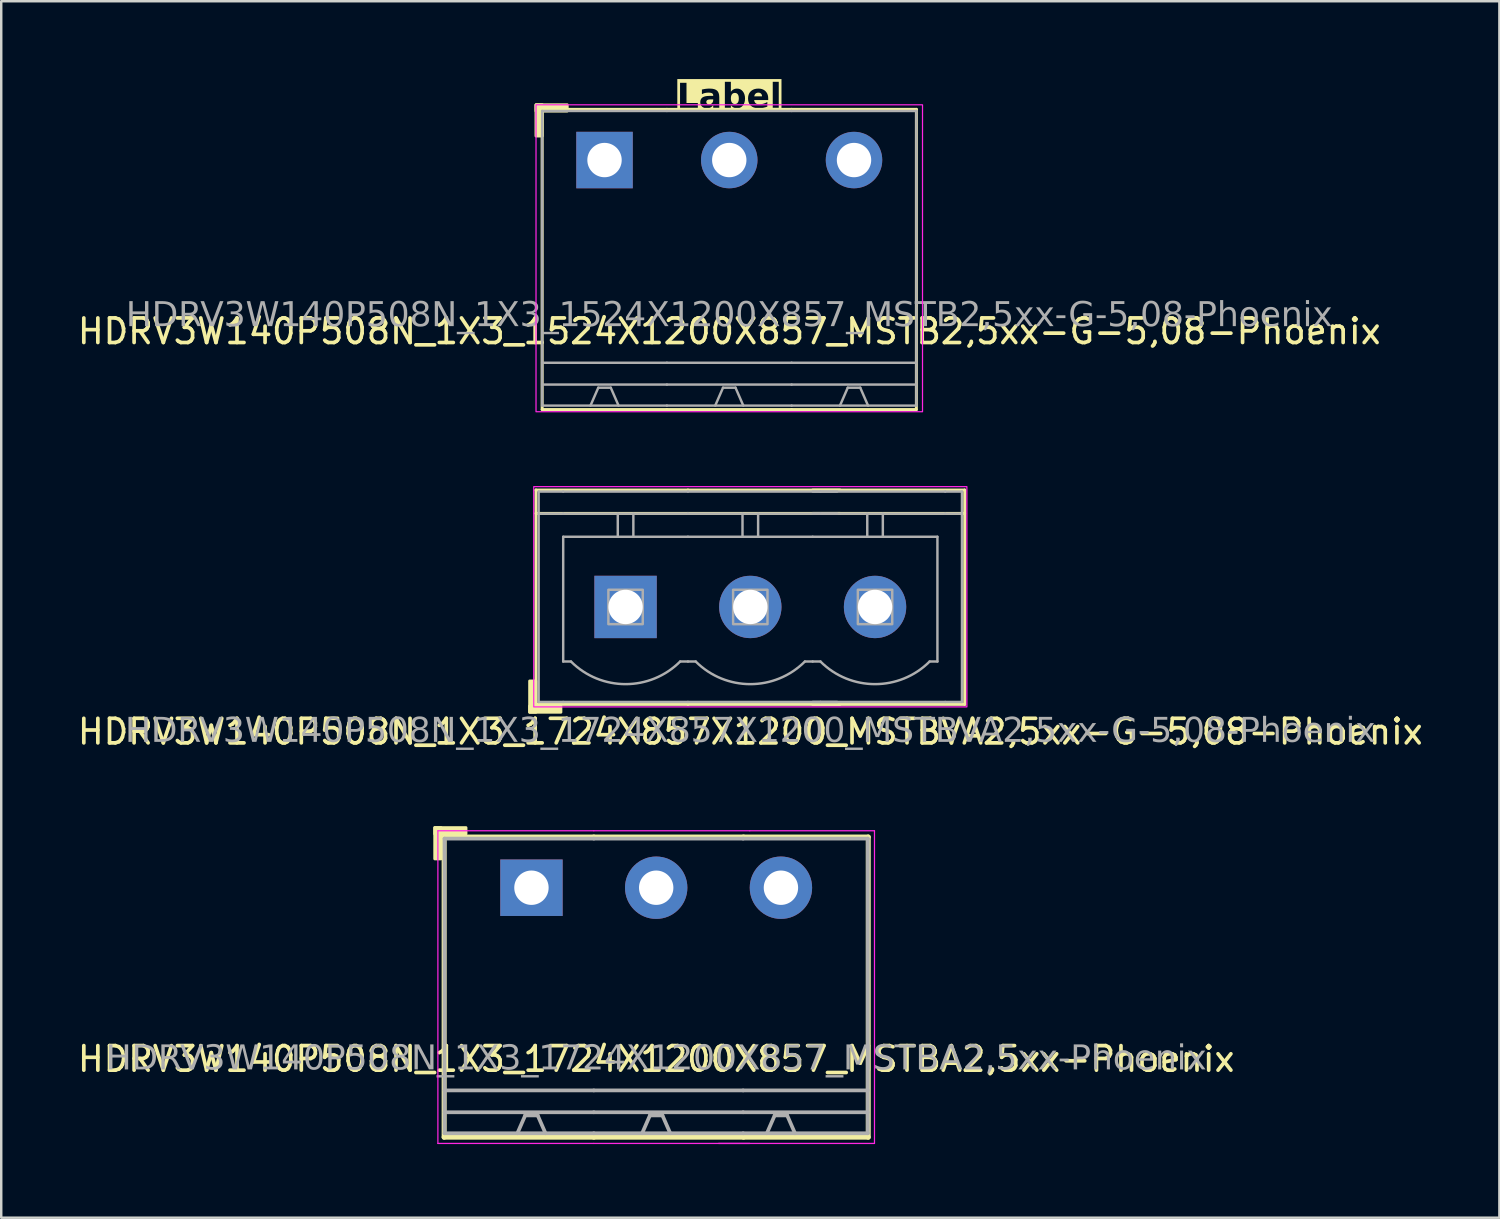
<source format=kicad_pcb>
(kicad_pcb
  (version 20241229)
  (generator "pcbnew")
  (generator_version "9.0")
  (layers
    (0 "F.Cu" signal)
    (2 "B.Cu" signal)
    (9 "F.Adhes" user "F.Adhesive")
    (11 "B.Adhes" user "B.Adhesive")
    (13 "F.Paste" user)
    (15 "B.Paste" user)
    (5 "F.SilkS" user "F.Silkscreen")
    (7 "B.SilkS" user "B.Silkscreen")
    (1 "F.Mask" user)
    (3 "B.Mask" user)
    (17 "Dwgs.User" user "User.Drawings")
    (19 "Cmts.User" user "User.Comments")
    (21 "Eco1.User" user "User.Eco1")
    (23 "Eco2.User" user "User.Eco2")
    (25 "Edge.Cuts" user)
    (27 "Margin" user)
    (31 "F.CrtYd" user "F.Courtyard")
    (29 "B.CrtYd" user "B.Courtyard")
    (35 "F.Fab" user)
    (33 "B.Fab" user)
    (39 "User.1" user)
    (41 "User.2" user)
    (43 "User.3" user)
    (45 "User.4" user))
  (footprint "HDRV3W140P508N_1X3_1724X857X1200_MSTBVA2,5xx-G-5,08-Phoenix"
    (layer "F.Cu")
    (at 27.506 21.668)
    (property "Reference" "HDRV3W140P508N_1X3_1724X857X1200_MSTBVA2,5xx-G-5,08-Phoenix" (at 0 5.08 0) (layer "F.SilkS") (effects (font (size 1 1) (thickness 0.15))))
    (attr through_hole)
    (fp_line (start -8.731 -4.763) (end -8.731 3.969) (stroke (width 0.12) (type solid)) (layer "F.SilkS"))
    (fp_line (start -8.731 -4.763) (end -2.54 -4.763) (stroke (width 0.12) (type solid)) (layer "F.SilkS"))
    (fp_line (start -8.731 -3.81) (end -2.54 -3.81) (stroke (width 0.12) (type solid)) (layer "F.SilkS"))
    (fp_line (start -8.731 3.969) (end -2.54 3.969) (stroke (width 0.12) (type solid)) (layer "F.SilkS"))
    (fp_line (start 3.651 -4.763) (end -2.54 -4.763) (stroke (width 0.12) (type solid)) (layer "F.SilkS"))
    (fp_line (start 3.651 -3.81) (end -2.54 -3.81) (stroke (width 0.12) (type solid)) (layer "F.SilkS"))
    (fp_line (start 3.651 3.969) (end -2.54 3.969) (stroke (width 0.12) (type solid)) (layer "F.SilkS"))
    (fp_line (start 8.731 -4.763) (end 2.54 -4.763) (stroke (width 0.12) (type solid)) (layer "F.SilkS"))
    (fp_line (start 8.731 -4.763) (end 8.731 3.969) (stroke (width 0.12) (type solid)) (layer "F.SilkS"))
    (fp_line (start 8.731 -3.81) (end 2.54 -3.81) (stroke (width 0.12) (type solid)) (layer "F.SilkS"))
    (fp_line (start 8.731 3.969) (end 2.54 3.969) (stroke (width 0.12) (type solid)) (layer "F.SilkS"))
    (fp_rect (start -8.731 3.016) (end -8.985 4.286) (stroke (width 0.12) (type solid)) (fill yes) (layer "F.SilkS"))
    (fp_rect (start -7.715 4.286) (end -8.985 4.032) (stroke (width 0.12) (type solid)) (fill yes) (layer "F.SilkS"))
    (fp_rect (start -8.82 -4.9) (end 8.82 4.07) (stroke (width 0.05) (type default)) (fill no) (layer "F.CrtYd"))
    (fp_line (start -8.62 -4.7) (end -8.62 3.87) (stroke (width 0.1) (type solid)) (layer "F.Fab"))
    (fp_line (start -8.62 -3.8) (end -7.62 -3.8) (stroke (width 0.1) (type solid)) (layer "F.Fab"))
    (fp_line (start -7.62 -4.7) (end -8.62 -4.7) (stroke (width 0.1) (type solid)) (layer "F.Fab"))
    (fp_line (start -7.62 -4.7) (end -2.54 -4.7) (stroke (width 0.1) (type solid)) (layer "F.Fab"))
    (fp_line (start -7.62 -2.858) (end -2.54 -2.858) (stroke (width 0.1) (type default)) (layer "F.Fab"))
    (fp_line (start -7.62 2.222) (end -7.62 -2.858) (stroke (width 0.1) (type default)) (layer "F.Fab"))
    (fp_line (start -7.62 3.87) (end -8.62 3.87) (stroke (width 0.1) (type solid)) (layer "F.Fab"))
    (fp_line (start -7.62 3.87) (end -2.54 3.87) (stroke (width 0.1) (type solid)) (layer "F.Fab"))
    (fp_line (start -7.303 2.222) (end -7.62 2.222) (stroke (width 0.1) (type default)) (layer "F.Fab"))
    (fp_line (start -5.397 -3.8) (end -5.397 -2.858) (stroke (width 0.1) (type default)) (layer "F.Fab"))
    (fp_line (start -4.763 -3.8) (end -4.763 -2.858) (stroke (width 0.1) (type default)) (layer "F.Fab"))
    (fp_line (start -2.54 -4.7) (end 2.857 -4.7) (stroke (width 0.1) (type solid)) (layer "F.Fab"))
    (fp_line (start -2.54 -3.8) (end -7.62 -3.8) (stroke (width 0.1) (type solid)) (layer "F.Fab"))
    (fp_line (start -2.54 -2.858) (end 2.54 -2.858) (stroke (width 0.1) (type default)) (layer "F.Fab"))
    (fp_line (start -2.54 2.222) (end -2.857 2.222) (stroke (width 0.1) (type default)) (layer "F.Fab"))
    (fp_line (start -2.54 3.87) (end 2.857 3.87) (stroke (width 0.1) (type solid)) (layer "F.Fab"))
    (fp_line (start -2.223 2.222) (end -2.54 2.222) (stroke (width 0.1) (type default)) (layer "F.Fab"))
    (fp_line (start -0.318 -3.8) (end -0.318 -2.858) (stroke (width 0.1) (type default)) (layer "F.Fab"))
    (fp_line (start 0.318 -3.8) (end 0.318 -2.858) (stroke (width 0.1) (type default)) (layer "F.Fab"))
    (fp_line (start 2.54 -4.7) (end 7.938 -4.7) (stroke (width 0.1) (type solid)) (layer "F.Fab"))
    (fp_line (start 2.54 -2.858) (end 7.62 -2.858) (stroke (width 0.1) (type default)) (layer "F.Fab"))
    (fp_line (start 2.54 2.222) (end 2.223 2.222) (stroke (width 0.1) (type default)) (layer "F.Fab"))
    (fp_line (start 2.54 3.87) (end 7.938 3.87) (stroke (width 0.1) (type solid)) (layer "F.Fab"))
    (fp_line (start 2.857 -4.7) (end 3.54 -4.7) (stroke (width 0.1) (type solid)) (layer "F.Fab"))
    (fp_line (start 2.857 -3.8) (end -2.54 -3.8) (stroke (width 0.1) (type solid)) (layer "F.Fab"))
    (fp_line (start 2.857 2.222) (end 2.54 2.222) (stroke (width 0.1) (type default)) (layer "F.Fab"))
    (fp_line (start 2.857 3.87) (end 3.54 3.87) (stroke (width 0.1) (type solid)) (layer "F.Fab"))
    (fp_line (start 3.54 -3.8) (end 2.857 -3.8) (stroke (width 0.1) (type solid)) (layer "F.Fab"))
    (fp_line (start 4.763 -3.8) (end 4.763 -2.858) (stroke (width 0.1) (type default)) (layer "F.Fab"))
    (fp_line (start 5.397 -3.8) (end 5.397 -2.858) (stroke (width 0.1) (type default)) (layer "F.Fab"))
    (fp_line (start 7.62 2.222) (end 7.303 2.222) (stroke (width 0.1) (type default)) (layer "F.Fab"))
    (fp_line (start 7.62 2.222) (end 7.62 -2.858) (stroke (width 0.1) (type default)) (layer "F.Fab"))
    (fp_line (start 7.938 -4.7) (end 8.62 -4.7) (stroke (width 0.1) (type solid)) (layer "F.Fab"))
    (fp_line (start 7.938 -3.8) (end 2.54 -3.8) (stroke (width 0.1) (type solid)) (layer "F.Fab"))
    (fp_line (start 7.938 3.87) (end 8.62 3.87) (stroke (width 0.1) (type solid)) (layer "F.Fab"))
    (fp_line (start 8.62 -4.7) (end 8.62 3.87) (stroke (width 0.1) (type solid)) (layer "F.Fab"))
    (fp_line (start 8.62 -3.8) (end 7.938 -3.8) (stroke (width 0.1) (type solid)) (layer "F.Fab"))
    (fp_rect (start -4.38 -0.7) (end -5.78 0.7) (stroke (width 0.1) (type solid)) (fill no) (layer "F.Fab"))
    (fp_rect (start 0.7 -0.7) (end -0.7 0.7) (stroke (width 0.1) (type solid)) (fill no) (layer "F.Fab"))
    (fp_rect (start 5.78 -0.7) (end 4.38 0.7) (stroke (width 0.1) (type solid)) (fill no) (layer "F.Fab"))
    (fp_arc (start -2.8575 2.222492) (mid -5.08 3.143084) (end -7.3025 2.222492) (stroke (width 0.1) (type default)) (layer "F.Fab"))
    (fp_arc (start 2.2225 2.222492) (mid 0 3.143084) (end -2.2225 2.222492) (stroke (width 0.1) (type default)) (layer "F.Fab"))
    (fp_arc (start 7.3025 2.222484) (mid 5.08 3.143076) (end 2.8575 2.222484) (stroke (width 0.1) (type default)) (layer "F.Fab"))
    (fp_text user "${REFERENCE}" (at 0 5.08 0) (layer "F.Fab") (effects (font (face "Tahoma") (size 1 1) (thickness 0.15))))
    (pad "1" thru_hole rect (at -5.08 -0.000008) (size 2.54 2.54) (drill 1.4) (layers "*.Cu" "*.Mask"))
    (pad "2" thru_hole circle (at 0 -0.000008) (size 2.54 2.54) (drill 1.4) (layers "*.Cu" "*.Mask"))
    (pad "3" thru_hole circle (at 5.08 -0.000016) (size 2.54 2.54) (drill 1.4) (layers "*.Cu" "*.Mask")))
  (footprint "HDRV3W140P508N_1X3_1524X1200X857_MSTB2,5xx-G-5,08-Phoenix"
    (layer "F.Cu")
    (at 26.649 3.468)
    (property "Reference" "HDRV3W140P508N_1X3_1524X1200X857_MSTB2,5xx-G-5,08-Phoenix" (at 0 6.975 0) (layer "F.SilkS") (effects (font (size 1 1) (thickness 0.15))))
    (property "Label" "Label" (at 0 -2.54 0) (layer "F.SilkS" knockout) (effects (font (face "Tahoma") (size 1 1) (thickness 0.2) (bold yes))))
    (attr through_hole)
    (fp_line (start -7.62 -2.065) (end -7.62 10.16) (stroke (width 0.12) (type solid)) (layer "F.SilkS"))
    (fp_line (start -7.62 10.16) (end -2.54 10.16) (stroke (width 0.12) (type solid)) (layer "F.SilkS"))
    (fp_line (start -2.54 -2.065) (end -7.62 -2.065) (stroke (width 0.12) (type solid)) (layer "F.SilkS"))
    (fp_line (start -2.54 -2.065) (end 2.54 -2.065) (stroke (width 0.12) (type solid)) (layer "F.SilkS"))
    (fp_line (start 2.54 -2.065) (end 7.62 -2.065) (stroke (width 0.12) (type solid)) (layer "F.SilkS"))
    (fp_line (start 2.54 10.16) (end -2.54 10.16) (stroke (width 0.12) (type solid)) (layer "F.SilkS"))
    (fp_line (start 7.62 -2.065) (end 7.62 10.16) (stroke (width 0.12) (type solid)) (layer "F.SilkS"))
    (fp_line (start 7.62 10.16) (end 2.54 10.16) (stroke (width 0.12) (type solid)) (layer "F.SilkS"))
    (fp_rect (start -7.87 -2.25) (end -7.616 -0.98) (stroke (width 0.12) (type solid)) (fill yes) (layer "F.SilkS"))
    (fp_rect (start -7.87 -2.25) (end -6.6 -1.996) (stroke (width 0.12) (type solid)) (fill yes) (layer "F.SilkS"))
    (fp_rect (start -7.87 -2.25) (end 7.87 10.25) (stroke (width 0.05) (type default)) (fill no) (layer "F.CrtYd"))
    (fp_line (start -7.62 -2) (end -7.62 10) (stroke (width 0.1) (type solid)) (layer "F.Fab"))
    (fp_line (start -5.334 9.271) (end -5.652 10) (stroke (width 0.1) (type default)) (layer "F.Fab"))
    (fp_line (start -4.826 9.271) (end -5.334 9.271) (stroke (width 0.1) (type default)) (layer "F.Fab"))
    (fp_line (start -4.826 9.271) (end -4.508 10) (stroke (width 0.1) (type default)) (layer "F.Fab"))
    (fp_line (start -2.54 -2) (end -7.62 -2) (stroke (width 0.1) (type solid)) (layer "F.Fab"))
    (fp_line (start -2.54 -2) (end 2.54 -2) (stroke (width 0.1) (type solid)) (layer "F.Fab"))
    (fp_line (start -2.54 8.255) (end -7.62 8.255) (stroke (width 0.1) (type solid)) (layer "F.Fab"))
    (fp_line (start -2.54 8.255) (end 2.54 8.255) (stroke (width 0.1) (type solid)) (layer "F.Fab"))
    (fp_line (start -2.54 9.144) (end -7.62 9.144) (stroke (width 0.1) (type solid)) (layer "F.Fab"))
    (fp_line (start -2.54 9.144) (end 2.54 9.144) (stroke (width 0.1) (type solid)) (layer "F.Fab"))
    (fp_line (start -2.54 10) (end -7.62 10) (stroke (width 0.1) (type solid)) (layer "F.Fab"))
    (fp_line (start -2.54 10) (end 2.54 10) (stroke (width 0.1) (type solid)) (layer "F.Fab"))
    (fp_line (start -0.254 9.271) (end -0.572 10) (stroke (width 0.1) (type default)) (layer "F.Fab"))
    (fp_line (start 0.254 9.271) (end -0.254 9.271) (stroke (width 0.1) (type default)) (layer "F.Fab"))
    (fp_line (start 0.254 9.271) (end 0.572 10) (stroke (width 0.1) (type default)) (layer "F.Fab"))
    (fp_line (start 2.54 -2) (end 7.62 -2) (stroke (width 0.1) (type solid)) (layer "F.Fab"))
    (fp_line (start 2.54 8.255) (end 7.62 8.255) (stroke (width 0.1) (type solid)) (layer "F.Fab"))
    (fp_line (start 2.54 9.144) (end 7.62 9.144) (stroke (width 0.1) (type solid)) (layer "F.Fab"))
    (fp_line (start 2.54 10) (end 7.62 10) (stroke (width 0.1) (type solid)) (layer "F.Fab"))
    (fp_line (start 4.826 9.271) (end 4.508 10) (stroke (width 0.1) (type default)) (layer "F.Fab"))
    (fp_line (start 5.334 9.271) (end 4.826 9.271) (stroke (width 0.1) (type default)) (layer "F.Fab"))
    (fp_line (start 5.334 9.271) (end 5.652 10) (stroke (width 0.1) (type default)) (layer "F.Fab"))
    (fp_line (start 7.62 -2) (end 7.62 10) (stroke (width 0.1) (type solid)) (layer "F.Fab"))
    (fp_rect (start -5.334 -0.254) (end -4.826 0.254) (stroke (width 0.1) (type solid)) (fill no) (layer "F.Fab"))
    (fp_rect (start 0.254 -0.254) (end -0.254 0.254) (stroke (width 0.1) (type solid)) (fill no) (layer "F.Fab"))
    (fp_rect (start 5.334 -0.254) (end 4.826 0.254) (stroke (width 0.1) (type solid)) (fill no) (layer "F.Fab"))
    (fp_text user "${REFERENCE}" (at 0 6.35 0) (layer "F.Fab") (effects (font (face "Tahoma") (size 1 1) (thickness 0.15))))
    (pad "1" thru_hole rect (at -5.08 0) (size 2.3 2.3) (drill 1.4) (layers "*.Cu" "*.Mask"))
    (pad "2" thru_hole circle (at 0 0) (size 2.3 2.3) (drill 1.4) (layers "*.Cu" "*.Mask"))
    (pad "3" thru_hole circle (at 5.08 0) (size 2.3 2.3) (drill 1.4) (layers "*.Cu" "*.Mask")))
  (footprint "HDRV3W140P508N_1X3_1724X1200X857_MSTBA2,5xx-Phoenix"
    (layer "F.Cu")
    (at 23.673 33.102)
    (property "Reference" "HDRV3W140P508N_1X3_1724X1200X857_MSTBA2,5xx-Phoenix" (at 0 6.975 0) (layer "F.SilkS") (effects (font (size 1 1) (thickness 0.15))))
    (attr through_hole)
    (fp_line (start -8.636 -2.065) (end -8.636 10.16) (stroke (width 0.203) (type solid)) (layer "F.SilkS"))
    (fp_line (start -8.636 10.16) (end -2.54 10.16) (stroke (width 0.203) (type solid)) (layer "F.SilkS"))
    (fp_line (start -2.54 -2.065) (end -8.636 -2.065) (stroke (width 0.203) (type solid)) (layer "F.SilkS"))
    (fp_line (start -2.54 -2.065) (end 3.556 -2.065) (stroke (width 0.203) (type solid)) (layer "F.SilkS"))
    (fp_line (start 3.556 -2.065) (end 8.636 -2.065) (stroke (width 0.203) (type solid)) (layer "F.SilkS"))
    (fp_line (start 3.556 10.16) (end -2.54 10.16) (stroke (width 0.203) (type solid)) (layer "F.SilkS"))
    (fp_line (start 8.636 -2.065) (end 8.636 10.16) (stroke (width 0.203) (type solid)) (layer "F.SilkS"))
    (fp_line (start 8.636 10.16) (end 3.556 10.16) (stroke (width 0.203) (type solid)) (layer "F.SilkS"))
    (fp_rect (start -9.017 -2.446) (end -8.763 -1.176) (stroke (width 0.12) (type solid)) (fill yes) (layer "F.SilkS"))
    (fp_rect (start -9.017 -2.446) (end -7.747 -2.192) (stroke (width 0.12) (type solid)) (fill yes) (layer "F.SilkS"))
    (fp_line (start -8.89 10.414) (end -8.89 -2.319) (stroke (width 0.05) (type solid)) (layer "F.CrtYd"))
    (fp_line (start -2.54 -2.319) (end -8.89 -2.319) (stroke (width 0.05) (type solid)) (layer "F.CrtYd"))
    (fp_line (start -2.54 -2.319) (end 3.81 -2.319) (stroke (width 0.05) (type solid)) (layer "F.CrtYd"))
    (fp_line (start -2.54 10.414) (end -8.89 10.414) (stroke (width 0.05) (type solid)) (layer "F.CrtYd"))
    (fp_line (start -2.54 10.414) (end 3.81 10.414) (stroke (width 0.05) (type solid)) (layer "F.CrtYd"))
    (fp_line (start 2.54 10.414) (end 8.89 10.414) (stroke (width 0.05) (type solid)) (layer "F.CrtYd"))
    (fp_line (start 3.81 -2.319) (end 8.89 -2.319) (stroke (width 0.05) (type solid)) (layer "F.CrtYd"))
    (fp_line (start 8.89 10.414) (end 8.89 -2.319) (stroke (width 0.05) (type solid)) (layer "F.CrtYd"))
    (fp_line (start -8.62 -2) (end -8.62 10) (stroke (width 0.152) (type solid)) (layer "F.Fab"))
    (fp_line (start -5.334 9.271) (end -5.652 10) (stroke (width 0.152) (type default)) (layer "F.Fab"))
    (fp_line (start -4.826 9.271) (end -5.334 9.271) (stroke (width 0.152) (type default)) (layer "F.Fab"))
    (fp_line (start -4.826 9.271) (end -4.508 10) (stroke (width 0.152) (type default)) (layer "F.Fab"))
    (fp_line (start -2.54 -2) (end -8.62 -2) (stroke (width 0.152) (type solid)) (layer "F.Fab"))
    (fp_line (start -2.54 -2) (end 3.54 -2) (stroke (width 0.152) (type solid)) (layer "F.Fab"))
    (fp_line (start -2.54 8.255) (end -8.62 8.255) (stroke (width 0.152) (type solid)) (layer "F.Fab"))
    (fp_line (start -2.54 8.255) (end 3.54 8.255) (stroke (width 0.152) (type solid)) (layer "F.Fab"))
    (fp_line (start -2.54 9.144) (end -8.62 9.144) (stroke (width 0.152) (type solid)) (layer "F.Fab"))
    (fp_line (start -2.54 9.144) (end 3.54 9.144) (stroke (width 0.152) (type solid)) (layer "F.Fab"))
    (fp_line (start -2.54 10) (end -8.62 10) (stroke (width 0.152) (type solid)) (layer "F.Fab"))
    (fp_line (start -2.54 10) (end 3.54 10) (stroke (width 0.152) (type solid)) (layer "F.Fab"))
    (fp_line (start -0.254 9.271) (end -0.572 10) (stroke (width 0.152) (type default)) (layer "F.Fab"))
    (fp_line (start 0.254 9.271) (end -0.254 9.271) (stroke (width 0.152) (type default)) (layer "F.Fab"))
    (fp_line (start 0.254 9.271) (end 0.572 10) (stroke (width 0.152) (type default)) (layer "F.Fab"))
    (fp_line (start 3.54 -2) (end 8.62 -2) (stroke (width 0.152) (type solid)) (layer "F.Fab"))
    (fp_line (start 3.54 8.255) (end 8.62 8.255) (stroke (width 0.152) (type solid)) (layer "F.Fab"))
    (fp_line (start 3.54 9.144) (end 8.62 9.144) (stroke (width 0.152) (type solid)) (layer "F.Fab"))
    (fp_line (start 3.54 10) (end 8.62 10) (stroke (width 0.152) (type solid)) (layer "F.Fab"))
    (fp_line (start 4.826 9.271) (end 4.508 10) (stroke (width 0.152) (type default)) (layer "F.Fab"))
    (fp_line (start 5.334 9.271) (end 4.826 9.271) (stroke (width 0.152) (type default)) (layer "F.Fab"))
    (fp_line (start 5.334 9.271) (end 5.652 10) (stroke (width 0.152) (type default)) (layer "F.Fab"))
    (fp_line (start 8.62 -2) (end 8.62 10) (stroke (width 0.152) (type solid)) (layer "F.Fab"))
    (fp_rect (start -5.334 -0.254) (end -4.826 0.254) (stroke (width 0.152) (type solid)) (fill no) (layer "F.Fab"))
    (fp_rect (start 0.254 -0.254) (end -0.254 0.254) (stroke (width 0.152) (type solid)) (fill no) (layer "F.Fab"))
    (fp_rect (start 5.334 -0.254) (end 4.826 0.254) (stroke (width 0.152) (type solid)) (fill no) (layer "F.Fab"))
    (fp_text user "${REFERENCE}" (at 0 6.985 0) (layer "F.Fab") (effects (font (face "Tahoma") (size 1 1) (thickness 0.15))))
    (pad "1" thru_hole rect (at -5.08 0) (size 2.54 2.3) (drill 1.4) (layers "*.Cu" "*.Mask"))
    (pad "2" thru_hole circle (at 0 0) (size 2.54 2.54) (drill 1.4) (layers "*.Cu" "*.Mask"))
    (pad "3" thru_hole circle (at 5.08 0) (size 2.54 2.54) (drill 1.4) (layers "*.Cu" "*.Mask")))
  (gr_rect
    (start -3 -3)
    (end 58.012 46.541)
    (stroke (width 0.1) (type default))
    (fill no)
    (layer "Edge.Cuts")))
</source>
